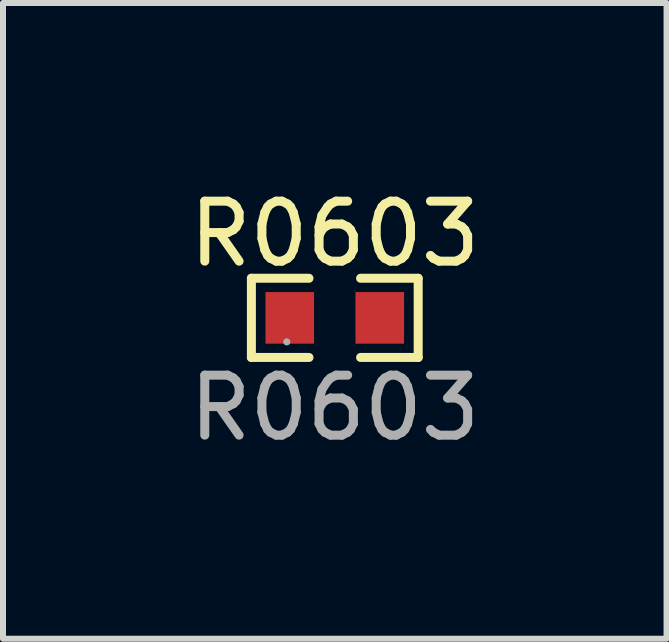
<source format=kicad_pcb>
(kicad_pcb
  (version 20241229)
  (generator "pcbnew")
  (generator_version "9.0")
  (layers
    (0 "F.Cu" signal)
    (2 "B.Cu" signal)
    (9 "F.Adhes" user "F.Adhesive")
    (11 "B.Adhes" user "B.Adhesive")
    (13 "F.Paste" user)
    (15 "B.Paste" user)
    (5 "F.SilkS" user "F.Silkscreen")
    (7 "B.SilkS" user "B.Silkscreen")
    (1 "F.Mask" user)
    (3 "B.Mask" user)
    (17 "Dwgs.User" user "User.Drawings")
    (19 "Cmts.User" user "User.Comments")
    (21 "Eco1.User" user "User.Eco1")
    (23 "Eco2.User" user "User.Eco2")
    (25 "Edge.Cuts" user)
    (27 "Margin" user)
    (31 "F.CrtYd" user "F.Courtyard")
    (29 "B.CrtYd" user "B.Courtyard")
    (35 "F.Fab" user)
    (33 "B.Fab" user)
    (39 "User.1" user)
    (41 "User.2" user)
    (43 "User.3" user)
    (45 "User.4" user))
  (footprint "R0603"
    (layer "F.Cu")
    (at 2.53 2.248)
    (property "Reference" "R0603" (at 0 -1.4 0) (layer "F.SilkS") (effects (font (size 1 1) (thickness 0.15))))
    (attr smd)
    (fp_line (start -1.39 -0.66) (end -0.43 -0.66) (stroke (width 0.15) (type solid)) (layer "F.SilkS"))
    (fp_line (start -1.39 0.66) (end -1.39 -0.66) (stroke (width 0.15) (type solid)) (layer "F.SilkS"))
    (fp_line (start -0.43 0.66) (end -1.39 0.66) (stroke (width 0.15) (type solid)) (layer "F.SilkS"))
    (fp_line (start 0.43 0.66) (end 1.39 0.66) (stroke (width 0.15) (type solid)) (layer "F.SilkS"))
    (fp_line (start 1.39 -0.66) (end 0.43 -0.66) (stroke (width 0.15) (type solid)) (layer "F.SilkS"))
    (fp_line (start 1.39 0.66) (end 1.39 -0.66) (stroke (width 0.15) (type solid)) (layer "F.SilkS"))
    (fp_circle (center -0.8 0.4) (end -0.77 0.4) (stroke (width 0.06) (type solid)) (fill no) (layer "F.Fab"))
    (fp_text user "${REFERENCE}" (at 0 1.5 0) (layer "F.Fab") (effects (font (size 1 1) (thickness 0.15))))
    (pad "1" smd rect (at -0.75 0) (size 0.81 0.86) (layers "F.Cu" "F.Mask" "F.Paste"))
    (pad "2" smd rect (at 0.75 0) (size 0.81 0.86) (layers "F.Cu" "F.Mask" "F.Paste")))
  (gr_rect
    (start -3 -3)
    (end 8.06 7.596)
    (stroke (width 0.1) (type default))
    (fill no)
    (layer "Edge.Cuts")))
</source>
